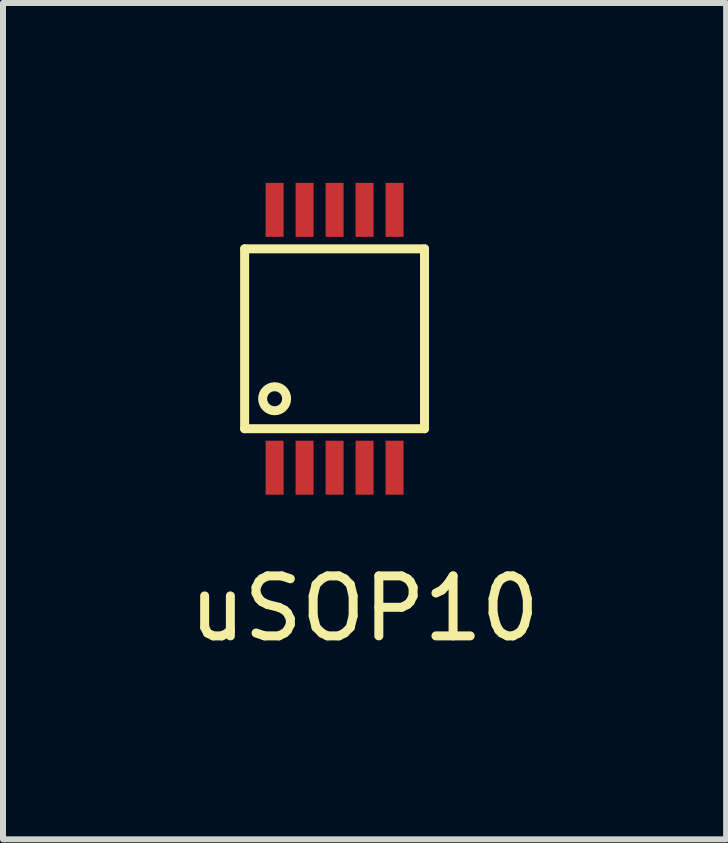
<source format=kicad_pcb>
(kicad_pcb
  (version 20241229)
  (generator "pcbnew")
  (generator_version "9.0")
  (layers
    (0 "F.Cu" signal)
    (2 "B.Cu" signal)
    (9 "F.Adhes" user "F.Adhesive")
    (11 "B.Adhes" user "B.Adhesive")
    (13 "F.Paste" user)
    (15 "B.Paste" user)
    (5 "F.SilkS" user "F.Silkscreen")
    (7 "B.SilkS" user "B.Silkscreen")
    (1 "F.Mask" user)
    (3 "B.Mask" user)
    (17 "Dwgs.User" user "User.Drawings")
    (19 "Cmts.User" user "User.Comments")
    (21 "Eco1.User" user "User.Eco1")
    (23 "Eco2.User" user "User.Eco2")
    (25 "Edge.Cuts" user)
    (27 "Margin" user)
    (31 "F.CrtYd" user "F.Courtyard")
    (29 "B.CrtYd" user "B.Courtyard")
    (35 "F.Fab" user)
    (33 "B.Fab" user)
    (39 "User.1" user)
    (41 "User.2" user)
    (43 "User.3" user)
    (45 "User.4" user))
  (footprint "uSOP10"
    (layer "F.Cu")
    (at 2.53 2.6)
    (property "Reference" "uSOP10" (at 0.5 4.5 0) (layer "F.SilkS") (effects (font (size 1 1) (thickness 0.15))))
    (attr through_hole)
    (fp_line (start -1.5 -1.5) (end 1.5 -1.5) (stroke (width 0.15) (type solid)) (layer "F.SilkS"))
    (fp_line (start -1.5 1.5) (end -1.5 -1.5) (stroke (width 0.15) (type solid)) (layer "F.SilkS"))
    (fp_line (start 1.5 -1.5) (end 1.5 1.5) (stroke (width 0.15) (type solid)) (layer "F.SilkS"))
    (fp_line (start 1.5 1.5) (end -1.5 1.5) (stroke (width 0.15) (type solid)) (layer "F.SilkS"))
    (fp_circle (center -1 1) (end -0.8 1) (stroke (width 0.15) (type solid)) (fill no) (layer "F.SilkS"))
    (pad "1" smd rect (at -1 2.15) (size 0.3 0.9) (layers "F.Cu" "F.Mask" "F.Paste"))
    (pad "2" smd rect (at -0.5 2.15) (size 0.3 0.9) (layers "F.Cu" "F.Mask" "F.Paste"))
    (pad "3" smd rect (at 0 2.15) (size 0.3 0.9) (layers "F.Cu" "F.Mask" "F.Paste"))
    (pad "4" smd rect (at 0.5 2.15) (size 0.3 0.9) (layers "F.Cu" "F.Mask" "F.Paste"))
    (pad "5" smd rect (at 1 2.15) (size 0.3 0.9) (layers "F.Cu" "F.Mask" "F.Paste"))
    (pad "6" smd rect (at 1 -2.15) (size 0.3 0.9) (layers "F.Cu" "F.Mask" "F.Paste"))
    (pad "7" smd rect (at 0.5 -2.15) (size 0.3 0.9) (layers "F.Cu" "F.Mask" "F.Paste"))
    (pad "8" smd rect (at 0 -2.15) (size 0.3 0.9) (layers "F.Cu" "F.Mask" "F.Paste"))
    (pad "9" smd rect (at -0.5 -2.15) (size 0.3 0.9) (layers "F.Cu" "F.Mask" "F.Paste"))
    (pad "10" smd rect (at -1 -2.15) (size 0.3 0.9) (layers "F.Cu" "F.Mask" "F.Paste")))
  (gr_rect
    (start -3 -3)
    (end 9.06 10.948)
    (stroke (width 0.1) (type default))
    (fill no)
    (layer "Edge.Cuts")))
</source>
